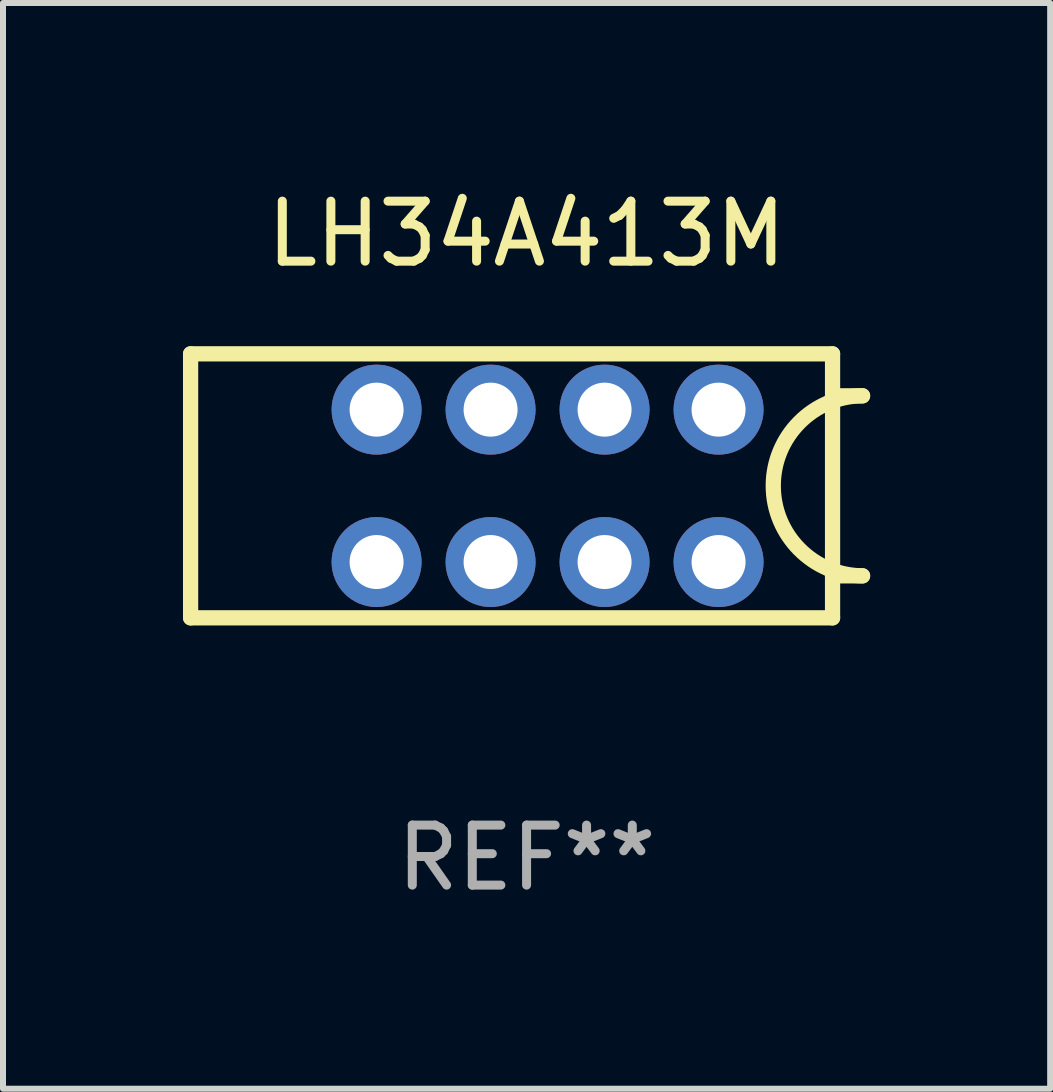
<source format=kicad_pcb>
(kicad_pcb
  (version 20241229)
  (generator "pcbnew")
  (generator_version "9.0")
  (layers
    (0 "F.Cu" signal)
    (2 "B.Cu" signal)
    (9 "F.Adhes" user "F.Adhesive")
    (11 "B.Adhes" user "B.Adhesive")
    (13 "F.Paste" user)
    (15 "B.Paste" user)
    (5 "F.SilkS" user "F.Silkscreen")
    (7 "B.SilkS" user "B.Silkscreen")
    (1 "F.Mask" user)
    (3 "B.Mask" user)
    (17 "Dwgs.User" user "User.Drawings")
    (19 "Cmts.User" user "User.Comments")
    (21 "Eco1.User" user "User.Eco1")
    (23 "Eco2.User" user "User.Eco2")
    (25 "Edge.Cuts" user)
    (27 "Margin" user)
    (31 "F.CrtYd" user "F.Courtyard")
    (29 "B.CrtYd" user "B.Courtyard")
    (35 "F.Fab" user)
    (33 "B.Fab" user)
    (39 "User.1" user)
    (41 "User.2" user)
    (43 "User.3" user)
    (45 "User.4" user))
  (footprint "LH34A413M"
    (layer "F.Cu")
    (at 5.727 5.048)
    (property "Reference" "LH34A413M" (at 0 -4.2 0) (layer "F.SilkS") (effects (font (size 1 1) (thickness 0.15))))
    (attr through_hole)
    (fp_line (start -5.6 -2.2) (end -5.6 2.2) (stroke (width 0.254) (type solid)) (layer "F.SilkS"))
    (fp_line (start -5.6 -2.2) (end 5.1 -2.2) (stroke (width 0.254) (type solid)) (layer "F.SilkS"))
    (fp_line (start -5.6 2.2) (end 5.1 2.2) (stroke (width 0.254) (type solid)) (layer "F.SilkS"))
    (fp_line (start 5.1 -2.2) (end 5.1 -1.5) (stroke (width 0.254) (type solid)) (layer "F.SilkS"))
    (fp_line (start 5.1 -1.5) (end 5.1 1.5) (stroke (width 0.254) (type solid)) (layer "F.SilkS"))
    (fp_line (start 5.1 -1.5) (end 5.6 -1.5) (stroke (width 0.254) (type solid)) (layer "F.SilkS"))
    (fp_line (start 5.1 1.5) (end 5.6 1.5) (stroke (width 0.254) (type solid)) (layer "F.SilkS"))
    (fp_line (start 5.1 2.2) (end 5.1 1.5) (stroke (width 0.254) (type solid)) (layer "F.SilkS"))
    (fp_arc (start 5.600013 1.5) (mid 4.099632 -0.00066) (end 5.60019 -1.501142) (stroke (width 0.254001) (type solid)) (layer "F.SilkS"))
    (fp_circle (center -5.6 2.2) (end -5.57 2.2) (stroke (width 0.06) (type solid)) (fill no) (layer "F.SilkS"))
    (fp_text user "REF**" (at 0 6.2 0) (layer "F.Fab") (effects (font (size 1 1) (thickness 0.15))))
    (pad "1" thru_hole circle (at -2.5 1.27) (size 1.5 1.5) (drill 0.9) (layers "*.Cu" "*.Mask"))
    (pad "2" thru_hole circle (at -0.6 1.27) (size 1.5 1.5) (drill 0.9) (layers "*.Cu" "*.Mask"))
    (pad "3" thru_hole circle (at 1.3 1.27) (size 1.5 1.5) (drill 0.9) (layers "*.Cu" "*.Mask"))
    (pad "4" thru_hole circle (at 3.2 1.27) (size 1.5 1.5) (drill 0.9) (layers "*.Cu" "*.Mask"))
    (pad "5" thru_hole circle (at 3.2 -1.27) (size 1.5 1.5) (drill 0.9) (layers "*.Cu" "*.Mask"))
    (pad "6" thru_hole circle (at 1.3 -1.27) (size 1.5 1.5) (drill 0.9) (layers "*.Cu" "*.Mask"))
    (pad "7" thru_hole circle (at -0.6 -1.27) (size 1.5 1.5) (drill 0.9) (layers "*.Cu" "*.Mask"))
    (pad "8" thru_hole circle (at -2.5 -1.27) (size 1.5 1.5) (drill 0.9) (layers "*.Cu" "*.Mask")))
  (gr_rect
    (start -3 -3)
    (end 14.454 15.097)
    (stroke (width 0.1) (type default))
    (fill no)
    (layer "Edge.Cuts")))
</source>
